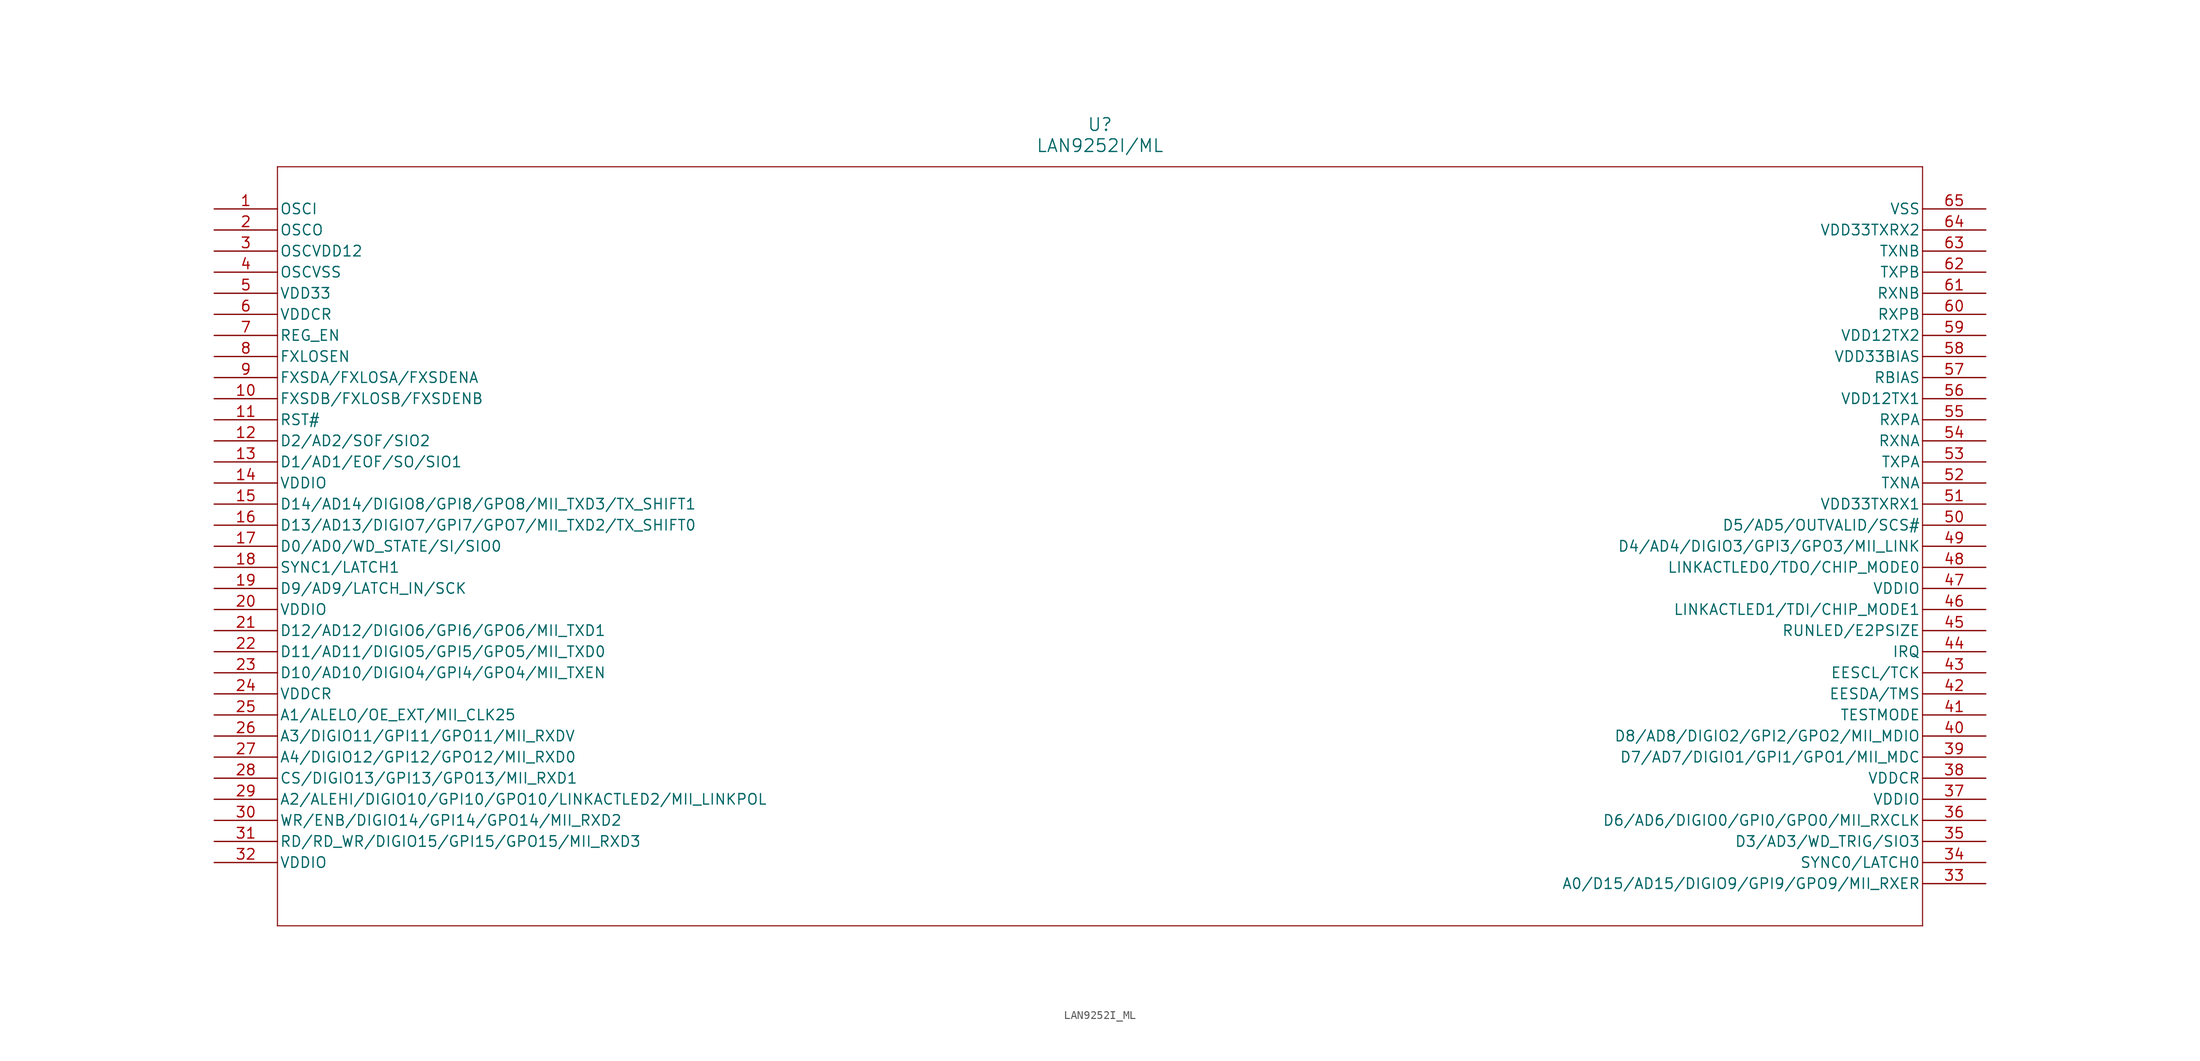
<source format=kicad_sym>
(kicad_symbol_lib
  (version 20211014)
  (generator kicad_symbol_editor)
  (symbol "LAN9252I_ML"
    (pin_names
      (offset 0.254))
    (property "Reference" "U"
      (at 106.68 10.16 0)
      (effects (font (size 1.524 1.524))))
    (property "Value" "LAN9252I/ML"
      (at 106.68 7.62 0)
      (effects (font (size 1.524 1.524))))
    (symbol "LAN9252I_ML_0_1"
      (polyline (pts (xy 7.62 5.08) (xy 7.62 -86.36)) (stroke (width 0.127) (type default) (color 0 0 0 0)) (fill (type none)))
      (polyline (pts (xy 7.62 -86.36) (xy 205.74 -86.36)) (stroke (width 0.127) (type default) (color 0 0 0 0)) (fill (type none)))
      (polyline (pts (xy 205.74 -86.36) (xy 205.74 5.08)) (stroke (width 0.127) (type default) (color 0 0 0 0)) (fill (type none)))
      (polyline (pts (xy 205.74 5.08) (xy 7.62 5.08)) (stroke (width 0.127) (type default) (color 0 0 0 0)) (fill (type none)))
      (pin input line (at 0 0 0) (length 7.62) (name "OSCI" (effects (font (size 1.27 1.27)))) (number "1" (effects (font (size 1.27 1.27)))))
      (pin output line (at 0 -2.54 0) (length 7.62) (name "OSCO" (effects (font (size 1.27 1.27)))) (number "2" (effects (font (size 1.27 1.27)))))
      (pin power_in line (at 0 -5.08 0) (length 7.62) (name "OSCVDD12" (effects (font (size 1.27 1.27)))) (number "3" (effects (font (size 1.27 1.27)))))
      (pin power_out line (at 0 -7.62 0) (length 7.62) (name "OSCVSS" (effects (font (size 1.27 1.27)))) (number "4" (effects (font (size 1.27 1.27)))))
      (pin power_in line (at 0 -10.16 0) (length 7.62) (name "VDD33" (effects (font (size 1.27 1.27)))) (number "5" (effects (font (size 1.27 1.27)))))
      (pin power_in line (at 0 -12.7 0) (length 7.62) (name "VDDCR" (effects (font (size 1.27 1.27)))) (number "6" (effects (font (size 1.27 1.27)))))
      (pin unspecified line (at 0 -15.24 0) (length 7.62) (name "REG_EN" (effects (font (size 1.27 1.27)))) (number "7" (effects (font (size 1.27 1.27)))))
      (pin unspecified line (at 0 -17.78 0) (length 7.62) (name "FXLOSEN" (effects (font (size 1.27 1.27)))) (number "8" (effects (font (size 1.27 1.27)))))
      (pin input line (at 0 -20.32 0) (length 7.62) (name "FXSDA/FXLOSA/FXSDENA" (effects (font (size 1.27 1.27)))) (number "9" (effects (font (size 1.27 1.27)))))
      (pin input line (at 0 -22.86 0) (length 7.62) (name "FXSDB/FXLOSB/FXSDENB" (effects (font (size 1.27 1.27)))) (number "10" (effects (font (size 1.27 1.27)))))
      (pin bidirectional line (at 0 -25.4 0) (length 7.62) (name "RST#" (effects (font (size 1.27 1.27)))) (number "11" (effects (font (size 1.27 1.27)))))
      (pin bidirectional line (at 0 -27.94 0) (length 7.62) (name "D2/AD2/SOF/SIO2" (effects (font (size 1.27 1.27)))) (number "12" (effects (font (size 1.27 1.27)))))
      (pin bidirectional line (at 0 -30.48 0) (length 7.62) (name "D1/AD1/EOF/SO/SIO1" (effects (font (size 1.27 1.27)))) (number "13" (effects (font (size 1.27 1.27)))))
      (pin power_in line (at 0 -33.02 0) (length 7.62) (name "VDDIO" (effects (font (size 1.27 1.27)))) (number "14" (effects (font (size 1.27 1.27)))))
      (pin bidirectional line (at 0 -35.56 0) (length 7.62) (name "D14/AD14/DIGIO8/GPI8/GPO8/MII_TXD3/TX_SHIFT1" (effects (font (size 1.27 1.27)))) (number "15" (effects (font (size 1.27 1.27)))))
      (pin bidirectional line (at 0 -38.1 0) (length 7.62) (name "D13/AD13/DIGIO7/GPI7/GPO7/MII_TXD2/TX_SHIFT0" (effects (font (size 1.27 1.27)))) (number "16" (effects (font (size 1.27 1.27)))))
      (pin bidirectional line (at 0 -40.64 0) (length 7.62) (name "D0/AD0/WD_STATE/SI/SIO0" (effects (font (size 1.27 1.27)))) (number "17" (effects (font (size 1.27 1.27)))))
      (pin bidirectional line (at 0 -43.18 0) (length 7.62) (name "SYNC1/LATCH1" (effects (font (size 1.27 1.27)))) (number "18" (effects (font (size 1.27 1.27)))))
      (pin bidirectional line (at 0 -45.72 0) (length 7.62) (name "D9/AD9/LATCH_IN/SCK" (effects (font (size 1.27 1.27)))) (number "19" (effects (font (size 1.27 1.27)))))
      (pin power_in line (at 0 -48.26 0) (length 7.62) (name "VDDIO" (effects (font (size 1.27 1.27)))) (number "20" (effects (font (size 1.27 1.27)))))
      (pin bidirectional line (at 0 -50.8 0) (length 7.62) (name "D12/AD12/DIGIO6/GPI6/GPO6/MII_TXD1" (effects (font (size 1.27 1.27)))) (number "21" (effects (font (size 1.27 1.27)))))
      (pin bidirectional line (at 0 -53.34 0) (length 7.62) (name "D11/AD11/DIGIO5/GPI5/GPO5/MII_TXD0" (effects (font (size 1.27 1.27)))) (number "22" (effects (font (size 1.27 1.27)))))
      (pin bidirectional line (at 0 -55.88 0) (length 7.62) (name "D10/AD10/DIGIO4/GPI4/GPO4/MII_TXEN" (effects (font (size 1.27 1.27)))) (number "23" (effects (font (size 1.27 1.27)))))
      (pin power_in line (at 0 -58.42 0) (length 7.62) (name "VDDCR" (effects (font (size 1.27 1.27)))) (number "24" (effects (font (size 1.27 1.27)))))
      (pin bidirectional line (at 0 -60.96 0) (length 7.62) (name "A1/ALELO/OE_EXT/MII_CLK25" (effects (font (size 1.27 1.27)))) (number "25" (effects (font (size 1.27 1.27)))))
      (pin bidirectional line (at 0 -63.5 0) (length 7.62) (name "A3/DIGIO11/GPI11/GPO11/MII_RXDV" (effects (font (size 1.27 1.27)))) (number "26" (effects (font (size 1.27 1.27)))))
      (pin bidirectional line (at 0 -66.04 0) (length 7.62) (name "A4/DIGIO12/GPI12/GPO12/MII_RXD0" (effects (font (size 1.27 1.27)))) (number "27" (effects (font (size 1.27 1.27)))))
      (pin bidirectional line (at 0 -68.58 0) (length 7.62) (name "CS/DIGIO13/GPI13/GPO13/MII_RXD1" (effects (font (size 1.27 1.27)))) (number "28" (effects (font (size 1.27 1.27)))))
      (pin bidirectional line (at 0 -71.12 0) (length 7.62) (name "A2/ALEHI/DIGIO10/GPI10/GPO10/LINKACTLED2/MII_LINKPOL" (effects (font (size 1.27 1.27)))) (number "29" (effects (font (size 1.27 1.27)))))
      (pin bidirectional line (at 0 -73.66 0) (length 7.62) (name "WR/ENB/DIGIO14/GPI14/GPO14/MII_RXD2" (effects (font (size 1.27 1.27)))) (number "30" (effects (font (size 1.27 1.27)))))
      (pin bidirectional line (at 0 -76.2 0) (length 7.62) (name "RD/RD_WR/DIGIO15/GPI15/GPO15/MII_RXD3" (effects (font (size 1.27 1.27)))) (number "31" (effects (font (size 1.27 1.27)))))
      (pin power_in line (at 0 -78.74 0) (length 7.62) (name "VDDIO" (effects (font (size 1.27 1.27)))) (number "32" (effects (font (size 1.27 1.27)))))
      (pin bidirectional line (at 213.36 -81.28 180) (length 7.62) (name "A0/D15/AD15/DIGIO9/GPI9/GPO9/MII_RXER" (effects (font (size 1.27 1.27)))) (number "33" (effects (font (size 1.27 1.27)))))
      (pin bidirectional line (at 213.36 -78.74 180) (length 7.62) (name "SYNC0/LATCH0" (effects (font (size 1.27 1.27)))) (number "34" (effects (font (size 1.27 1.27)))))
      (pin bidirectional line (at 213.36 -76.2 180) (length 7.62) (name "D3/AD3/WD_TRIG/SIO3" (effects (font (size 1.27 1.27)))) (number "35" (effects (font (size 1.27 1.27)))))
      (pin bidirectional line (at 213.36 -73.66 180) (length 7.62) (name "D6/AD6/DIGIO0/GPI0/GPO0/MII_RXCLK" (effects (font (size 1.27 1.27)))) (number "36" (effects (font (size 1.27 1.27)))))
      (pin power_in line (at 213.36 -71.12 180) (length 7.62) (name "VDDIO" (effects (font (size 1.27 1.27)))) (number "37" (effects (font (size 1.27 1.27)))))
      (pin power_in line (at 213.36 -68.58 180) (length 7.62) (name "VDDCR" (effects (font (size 1.27 1.27)))) (number "38" (effects (font (size 1.27 1.27)))))
      (pin bidirectional line (at 213.36 -66.04 180) (length 7.62) (name "D7/AD7/DIGIO1/GPI1/GPO1/MII_MDC" (effects (font (size 1.27 1.27)))) (number "39" (effects (font (size 1.27 1.27)))))
      (pin bidirectional line (at 213.36 -63.5 180) (length 7.62) (name "D8/AD8/DIGIO2/GPI2/GPO2/MII_MDIO" (effects (font (size 1.27 1.27)))) (number "40" (effects (font (size 1.27 1.27)))))
      (pin input line (at 213.36 -60.96 180) (length 7.62) (name "TESTMODE" (effects (font (size 1.27 1.27)))) (number "41" (effects (font (size 1.27 1.27)))))
      (pin bidirectional line (at 213.36 -58.42 180) (length 7.62) (name "EESDA/TMS" (effects (font (size 1.27 1.27)))) (number "42" (effects (font (size 1.27 1.27)))))
      (pin bidirectional line (at 213.36 -55.88 180) (length 7.62) (name "EESCL/TCK" (effects (font (size 1.27 1.27)))) (number "43" (effects (font (size 1.27 1.27)))))
      (pin output line (at 213.36 -53.34 180) (length 7.62) (name "IRQ" (effects (font (size 1.27 1.27)))) (number "44" (effects (font (size 1.27 1.27)))))
      (pin bidirectional line (at 213.36 -50.8 180) (length 7.62) (name "RUNLED/E2PSIZE" (effects (font (size 1.27 1.27)))) (number "45" (effects (font (size 1.27 1.27)))))
      (pin bidirectional line (at 213.36 -48.26 180) (length 7.62) (name "LINKACTLED1/TDI/CHIP_MODE1" (effects (font (size 1.27 1.27)))) (number "46" (effects (font (size 1.27 1.27)))))
      (pin power_in line (at 213.36 -45.72 180) (length 7.62) (name "VDDIO" (effects (font (size 1.27 1.27)))) (number "47" (effects (font (size 1.27 1.27)))))
      (pin bidirectional line (at 213.36 -43.18 180) (length 7.62) (name "LINKACTLED0/TDO/CHIP_MODE0" (effects (font (size 1.27 1.27)))) (number "48" (effects (font (size 1.27 1.27)))))
      (pin bidirectional line (at 213.36 -40.64 180) (length 7.62) (name "D4/AD4/DIGIO3/GPI3/GPO3/MII_LINK" (effects (font (size 1.27 1.27)))) (number "49" (effects (font (size 1.27 1.27)))))
      (pin bidirectional line (at 213.36 -38.1 180) (length 7.62) (name "D5/AD5/OUTVALID/SCS#" (effects (font (size 1.27 1.27)))) (number "50" (effects (font (size 1.27 1.27)))))
      (pin power_in line (at 213.36 -35.56 180) (length 7.62) (name "VDD33TXRX1" (effects (font (size 1.27 1.27)))) (number "51" (effects (font (size 1.27 1.27)))))
      (pin unspecified line (at 213.36 -33.02 180) (length 7.62) (name "TXNA" (effects (font (size 1.27 1.27)))) (number "52" (effects (font (size 1.27 1.27)))))
      (pin unspecified line (at 213.36 -30.48 180) (length 7.62) (name "TXPA" (effects (font (size 1.27 1.27)))) (number "53" (effects (font (size 1.27 1.27)))))
      (pin unspecified line (at 213.36 -27.94 180) (length 7.62) (name "RXNA" (effects (font (size 1.27 1.27)))) (number "54" (effects (font (size 1.27 1.27)))))
      (pin unspecified line (at 213.36 -25.4 180) (length 7.62) (name "RXPA" (effects (font (size 1.27 1.27)))) (number "55" (effects (font (size 1.27 1.27)))))
      (pin power_in line (at 213.36 -22.86 180) (length 7.62) (name "VDD12TX1" (effects (font (size 1.27 1.27)))) (number "56" (effects (font (size 1.27 1.27)))))
      (pin unspecified line (at 213.36 -20.32 180) (length 7.62) (name "RBIAS" (effects (font (size 1.27 1.27)))) (number "57" (effects (font (size 1.27 1.27)))))
      (pin power_in line (at 213.36 -17.78 180) (length 7.62) (name "VDD33BIAS" (effects (font (size 1.27 1.27)))) (number "58" (effects (font (size 1.27 1.27)))))
      (pin power_in line (at 213.36 -15.24 180) (length 7.62) (name "VDD12TX2" (effects (font (size 1.27 1.27)))) (number "59" (effects (font (size 1.27 1.27)))))
      (pin unspecified line (at 213.36 -12.7 180) (length 7.62) (name "RXPB" (effects (font (size 1.27 1.27)))) (number "60" (effects (font (size 1.27 1.27)))))
      (pin unspecified line (at 213.36 -10.16 180) (length 7.62) (name "RXNB" (effects (font (size 1.27 1.27)))) (number "61" (effects (font (size 1.27 1.27)))))
      (pin unspecified line (at 213.36 -7.62 180) (length 7.62) (name "TXPB" (effects (font (size 1.27 1.27)))) (number "62" (effects (font (size 1.27 1.27)))))
      (pin unspecified line (at 213.36 -5.08 180) (length 7.62) (name "TXNB" (effects (font (size 1.27 1.27)))) (number "63" (effects (font (size 1.27 1.27)))))
      (pin power_in line (at 213.36 -2.54 180) (length 7.62) (name "VDD33TXRX2" (effects (font (size 1.27 1.27)))) (number "64" (effects (font (size 1.27 1.27)))))
      (pin power_out line (at 213.36 0 180) (length 7.62) (name "VSS" (effects (font (size 1.27 1.27)))) (number "65" (effects (font (size 1.27 1.27))))))))
</source>
